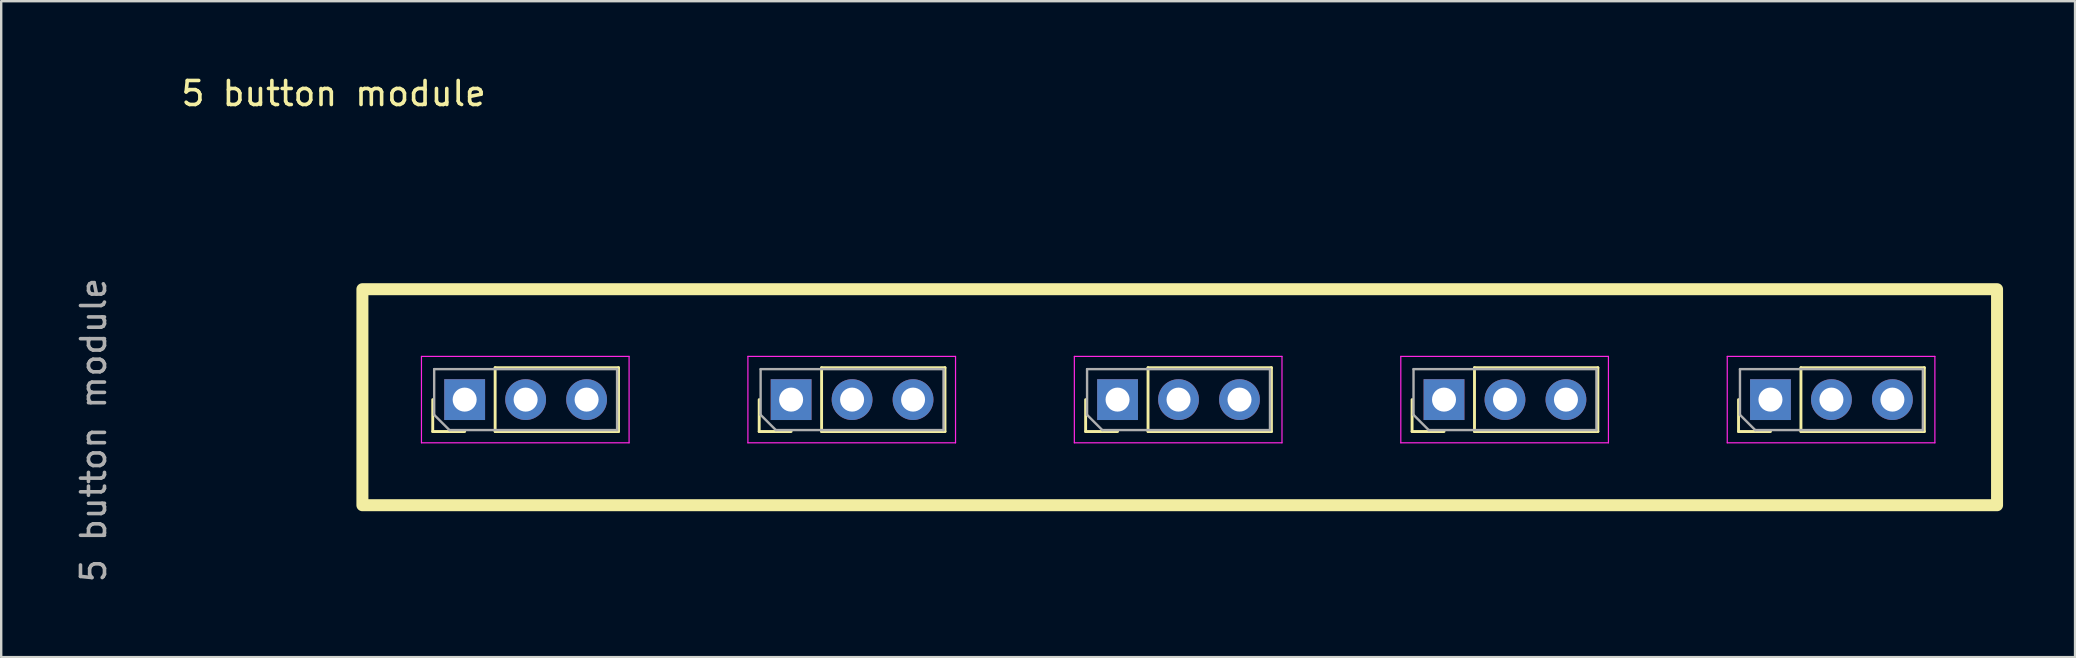
<source format=kicad_pcb>
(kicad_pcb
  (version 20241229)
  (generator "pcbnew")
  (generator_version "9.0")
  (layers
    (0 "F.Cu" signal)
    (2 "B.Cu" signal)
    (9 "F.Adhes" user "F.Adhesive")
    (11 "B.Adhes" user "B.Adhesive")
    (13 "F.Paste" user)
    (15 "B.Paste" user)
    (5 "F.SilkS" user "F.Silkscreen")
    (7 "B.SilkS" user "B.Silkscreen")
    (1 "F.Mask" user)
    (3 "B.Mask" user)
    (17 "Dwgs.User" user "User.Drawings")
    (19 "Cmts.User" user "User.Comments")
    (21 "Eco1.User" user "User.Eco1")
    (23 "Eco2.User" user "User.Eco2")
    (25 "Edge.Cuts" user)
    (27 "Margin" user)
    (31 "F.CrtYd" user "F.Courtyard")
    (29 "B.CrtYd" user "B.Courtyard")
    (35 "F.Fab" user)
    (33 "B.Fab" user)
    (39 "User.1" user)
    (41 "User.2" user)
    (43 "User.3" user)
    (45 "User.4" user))
  (footprint "5 button module"
    (layer "F.Cu")
    (at 18.848 13.598)
    (property "Reference" "5 button module" (at -8 -12.75 0) (layer "F.SilkS") (effects (font (size 1 1) (thickness 0.15))))
    (attr through_hole)
    (fp_line (start -3.87 1.33) (end -3.87 0) (stroke (width 0.12) (type solid)) (layer "F.SilkS"))
    (fp_line (start -2.54 1.33) (end -3.87 1.33) (stroke (width 0.12) (type solid)) (layer "F.SilkS"))
    (fp_line (start -1.27 -1.33) (end 3.87 -1.33) (stroke (width 0.12) (type solid)) (layer "F.SilkS"))
    (fp_line (start -1.27 1.33) (end -1.27 -1.33) (stroke (width 0.12) (type solid)) (layer "F.SilkS"))
    (fp_line (start -1.27 1.33) (end 3.87 1.33) (stroke (width 0.12) (type solid)) (layer "F.SilkS"))
    (fp_line (start 3.87 1.33) (end 3.87 -1.33) (stroke (width 0.12) (type solid)) (layer "F.SilkS"))
    (fp_line (start 9.73 1.33) (end 9.73 0) (stroke (width 0.12) (type solid)) (layer "F.SilkS"))
    (fp_line (start 11.06 1.33) (end 9.73 1.33) (stroke (width 0.12) (type solid)) (layer "F.SilkS"))
    (fp_line (start 12.33 -1.33) (end 17.47 -1.33) (stroke (width 0.12) (type solid)) (layer "F.SilkS"))
    (fp_line (start 12.33 1.33) (end 12.33 -1.33) (stroke (width 0.12) (type solid)) (layer "F.SilkS"))
    (fp_line (start 12.33 1.33) (end 17.47 1.33) (stroke (width 0.12) (type solid)) (layer "F.SilkS"))
    (fp_line (start 17.47 1.33) (end 17.47 -1.33) (stroke (width 0.12) (type solid)) (layer "F.SilkS"))
    (fp_line (start 23.33 1.33) (end 23.33 0) (stroke (width 0.12) (type solid)) (layer "F.SilkS"))
    (fp_line (start 24.66 1.33) (end 23.33 1.33) (stroke (width 0.12) (type solid)) (layer "F.SilkS"))
    (fp_line (start 25.93 -1.33) (end 31.07 -1.33) (stroke (width 0.12) (type solid)) (layer "F.SilkS"))
    (fp_line (start 25.93 1.33) (end 25.93 -1.33) (stroke (width 0.12) (type solid)) (layer "F.SilkS"))
    (fp_line (start 25.93 1.33) (end 31.07 1.33) (stroke (width 0.12) (type solid)) (layer "F.SilkS"))
    (fp_line (start 31.07 1.33) (end 31.07 -1.33) (stroke (width 0.12) (type solid)) (layer "F.SilkS"))
    (fp_line (start 36.93 1.33) (end 36.93 0) (stroke (width 0.12) (type solid)) (layer "F.SilkS"))
    (fp_line (start 38.26 1.33) (end 36.93 1.33) (stroke (width 0.12) (type solid)) (layer "F.SilkS"))
    (fp_line (start 39.53 -1.33) (end 44.67 -1.33) (stroke (width 0.12) (type solid)) (layer "F.SilkS"))
    (fp_line (start 39.53 1.33) (end 39.53 -1.33) (stroke (width 0.12) (type solid)) (layer "F.SilkS"))
    (fp_line (start 39.53 1.33) (end 44.67 1.33) (stroke (width 0.12) (type solid)) (layer "F.SilkS"))
    (fp_line (start 44.67 1.33) (end 44.67 -1.33) (stroke (width 0.12) (type solid)) (layer "F.SilkS"))
    (fp_line (start 50.53 1.33) (end 50.53 0) (stroke (width 0.12) (type solid)) (layer "F.SilkS"))
    (fp_line (start 51.86 1.33) (end 50.53 1.33) (stroke (width 0.12) (type solid)) (layer "F.SilkS"))
    (fp_line (start 53.13 -1.33) (end 58.27 -1.33) (stroke (width 0.12) (type solid)) (layer "F.SilkS"))
    (fp_line (start 53.13 1.33) (end 53.13 -1.33) (stroke (width 0.12) (type solid)) (layer "F.SilkS"))
    (fp_line (start 53.13 1.33) (end 58.27 1.33) (stroke (width 0.12) (type solid)) (layer "F.SilkS"))
    (fp_line (start 58.27 1.33) (end 58.27 -1.33) (stroke (width 0.12) (type solid)) (layer "F.SilkS"))
    (fp_rect (start -6.8 -4.6) (end 61.3 4.4) (stroke (width 0.5) (type solid)) (fill no) (layer "F.SilkS"))
    (fp_line (start -4.34 -1.8) (end -4.34 1.8) (stroke (width 0.05) (type solid)) (layer "F.CrtYd"))
    (fp_line (start -4.34 1.8) (end 4.31 1.8) (stroke (width 0.05) (type solid)) (layer "F.CrtYd"))
    (fp_line (start 4.31 -1.8) (end -4.34 -1.8) (stroke (width 0.05) (type solid)) (layer "F.CrtYd"))
    (fp_line (start 4.31 1.8) (end 4.31 -1.8) (stroke (width 0.05) (type solid)) (layer "F.CrtYd"))
    (fp_line (start 9.26 -1.8) (end 9.26 1.8) (stroke (width 0.05) (type solid)) (layer "F.CrtYd"))
    (fp_line (start 9.26 1.8) (end 17.91 1.8) (stroke (width 0.05) (type solid)) (layer "F.CrtYd"))
    (fp_line (start 17.91 -1.8) (end 9.26 -1.8) (stroke (width 0.05) (type solid)) (layer "F.CrtYd"))
    (fp_line (start 17.91 1.8) (end 17.91 -1.8) (stroke (width 0.05) (type solid)) (layer "F.CrtYd"))
    (fp_line (start 22.86 -1.8) (end 22.86 1.8) (stroke (width 0.05) (type solid)) (layer "F.CrtYd"))
    (fp_line (start 22.86 1.8) (end 31.51 1.8) (stroke (width 0.05) (type solid)) (layer "F.CrtYd"))
    (fp_line (start 31.51 -1.8) (end 22.86 -1.8) (stroke (width 0.05) (type solid)) (layer "F.CrtYd"))
    (fp_line (start 31.51 1.8) (end 31.51 -1.8) (stroke (width 0.05) (type solid)) (layer "F.CrtYd"))
    (fp_line (start 36.46 -1.8) (end 36.46 1.8) (stroke (width 0.05) (type solid)) (layer "F.CrtYd"))
    (fp_line (start 36.46 1.8) (end 45.11 1.8) (stroke (width 0.05) (type solid)) (layer "F.CrtYd"))
    (fp_line (start 45.11 -1.8) (end 36.46 -1.8) (stroke (width 0.05) (type solid)) (layer "F.CrtYd"))
    (fp_line (start 45.11 1.8) (end 45.11 -1.8) (stroke (width 0.05) (type solid)) (layer "F.CrtYd"))
    (fp_line (start 50.06 -1.8) (end 50.06 1.8) (stroke (width 0.05) (type solid)) (layer "F.CrtYd"))
    (fp_line (start 50.06 1.8) (end 58.71 1.8) (stroke (width 0.05) (type solid)) (layer "F.CrtYd"))
    (fp_line (start 58.71 -1.8) (end 50.06 -1.8) (stroke (width 0.05) (type solid)) (layer "F.CrtYd"))
    (fp_line (start 58.71 1.8) (end 58.71 -1.8) (stroke (width 0.05) (type solid)) (layer "F.CrtYd"))
    (fp_line (start -3.81 -1.27) (end 3.81 -1.27) (stroke (width 0.1) (type solid)) (layer "F.Fab"))
    (fp_line (start -3.81 0.635) (end -3.81 -1.27) (stroke (width 0.1) (type solid)) (layer "F.Fab"))
    (fp_line (start -3.175 1.27) (end -3.81 0.635) (stroke (width 0.1) (type solid)) (layer "F.Fab"))
    (fp_line (start 3.81 -1.27) (end 3.81 1.27) (stroke (width 0.1) (type solid)) (layer "F.Fab"))
    (fp_line (start 3.81 1.27) (end -3.175 1.27) (stroke (width 0.1) (type solid)) (layer "F.Fab"))
    (fp_line (start 9.79 -1.27) (end 17.41 -1.27) (stroke (width 0.1) (type solid)) (layer "F.Fab"))
    (fp_line (start 9.79 0.635) (end 9.79 -1.27) (stroke (width 0.1) (type solid)) (layer "F.Fab"))
    (fp_line (start 10.425 1.27) (end 9.79 0.635) (stroke (width 0.1) (type solid)) (layer "F.Fab"))
    (fp_line (start 17.41 -1.27) (end 17.41 1.27) (stroke (width 0.1) (type solid)) (layer "F.Fab"))
    (fp_line (start 17.41 1.27) (end 10.425 1.27) (stroke (width 0.1) (type solid)) (layer "F.Fab"))
    (fp_line (start 23.39 -1.27) (end 31.01 -1.27) (stroke (width 0.1) (type solid)) (layer "F.Fab"))
    (fp_line (start 23.39 0.635) (end 23.39 -1.27) (stroke (width 0.1) (type solid)) (layer "F.Fab"))
    (fp_line (start 24.025 1.27) (end 23.39 0.635) (stroke (width 0.1) (type solid)) (layer "F.Fab"))
    (fp_line (start 31.01 -1.27) (end 31.01 1.27) (stroke (width 0.1) (type solid)) (layer "F.Fab"))
    (fp_line (start 31.01 1.27) (end 24.025 1.27) (stroke (width 0.1) (type solid)) (layer "F.Fab"))
    (fp_line (start 36.99 -1.27) (end 44.61 -1.27) (stroke (width 0.1) (type solid)) (layer "F.Fab"))
    (fp_line (start 36.99 0.635) (end 36.99 -1.27) (stroke (width 0.1) (type solid)) (layer "F.Fab"))
    (fp_line (start 37.625 1.27) (end 36.99 0.635) (stroke (width 0.1) (type solid)) (layer "F.Fab"))
    (fp_line (start 44.61 -1.27) (end 44.61 1.27) (stroke (width 0.1) (type solid)) (layer "F.Fab"))
    (fp_line (start 44.61 1.27) (end 37.625 1.27) (stroke (width 0.1) (type solid)) (layer "F.Fab"))
    (fp_line (start 50.59 -1.27) (end 58.21 -1.27) (stroke (width 0.1) (type solid)) (layer "F.Fab"))
    (fp_line (start 50.59 0.635) (end 50.59 -1.27) (stroke (width 0.1) (type solid)) (layer "F.Fab"))
    (fp_line (start 51.225 1.27) (end 50.59 0.635) (stroke (width 0.1) (type solid)) (layer "F.Fab"))
    (fp_line (start 58.21 -1.27) (end 58.21 1.27) (stroke (width 0.1) (type solid)) (layer "F.Fab"))
    (fp_line (start 58.21 1.27) (end 51.225 1.27) (stroke (width 0.1) (type solid)) (layer "F.Fab"))
    (fp_text user "${REFERENCE}" (at -18 1.27 90) (layer "F.Fab") (effects (font (size 1 1) (thickness 0.15))))
    (pad "1" thru_hole rect (at -2.54 0 90) (size 1.7 1.7) (drill 1) (layers "*.Cu" "*.Mask"))
    (pad "1" thru_hole rect (at 11.06 0 90) (size 1.7 1.7) (drill 1) (layers "*.Cu" "*.Mask"))
    (pad "1" thru_hole rect (at 24.66 0 90) (size 1.7 1.7) (drill 1) (layers "*.Cu" "*.Mask"))
    (pad "1" thru_hole rect (at 38.26 0 90) (size 1.7 1.7) (drill 1) (layers "*.Cu" "*.Mask"))
    (pad "1" thru_hole rect (at 51.86 0 90) (size 1.7 1.7) (drill 1) (layers "*.Cu" "*.Mask"))
    (pad "2" thru_hole oval (at 0 0 90) (size 1.7 1.7) (drill 1) (layers "*.Cu" "*.Mask"))
    (pad "3" thru_hole oval (at 2.54 0 90) (size 1.7 1.7) (drill 1) (layers "*.Cu" "*.Mask"))
    (pad "3" thru_hole oval (at 16.14 0 90) (size 1.7 1.7) (drill 1) (layers "*.Cu" "*.Mask"))
    (pad "3" thru_hole oval (at 29.74 0 90) (size 1.7 1.7) (drill 1) (layers "*.Cu" "*.Mask"))
    (pad "3" thru_hole oval (at 43.34 0 90) (size 1.7 1.7) (drill 1) (layers "*.Cu" "*.Mask"))
    (pad "3" thru_hole oval (at 56.94 0 90) (size 1.7 1.7) (drill 1) (layers "*.Cu" "*.Mask"))
    (pad "4" thru_hole oval (at 13.6 0 90) (size 1.7 1.7) (drill 1) (layers "*.Cu" "*.Mask"))
    (pad "5" thru_hole oval (at 27.2 0 90) (size 1.7 1.7) (drill 1) (layers "*.Cu" "*.Mask"))
    (pad "6" thru_hole oval (at 40.8 0 90) (size 1.7 1.7) (drill 1) (layers "*.Cu" "*.Mask"))
    (pad "7" thru_hole oval (at 54.4 0 90) (size 1.7 1.7) (drill 1) (layers "*.Cu" "*.Mask")))
  (gr_rect
    (start -3 -3)
    (end 83.398 24.327)
    (stroke (width 0.1) (type default))
    (fill no)
    (layer "Edge.Cuts")))
</source>
